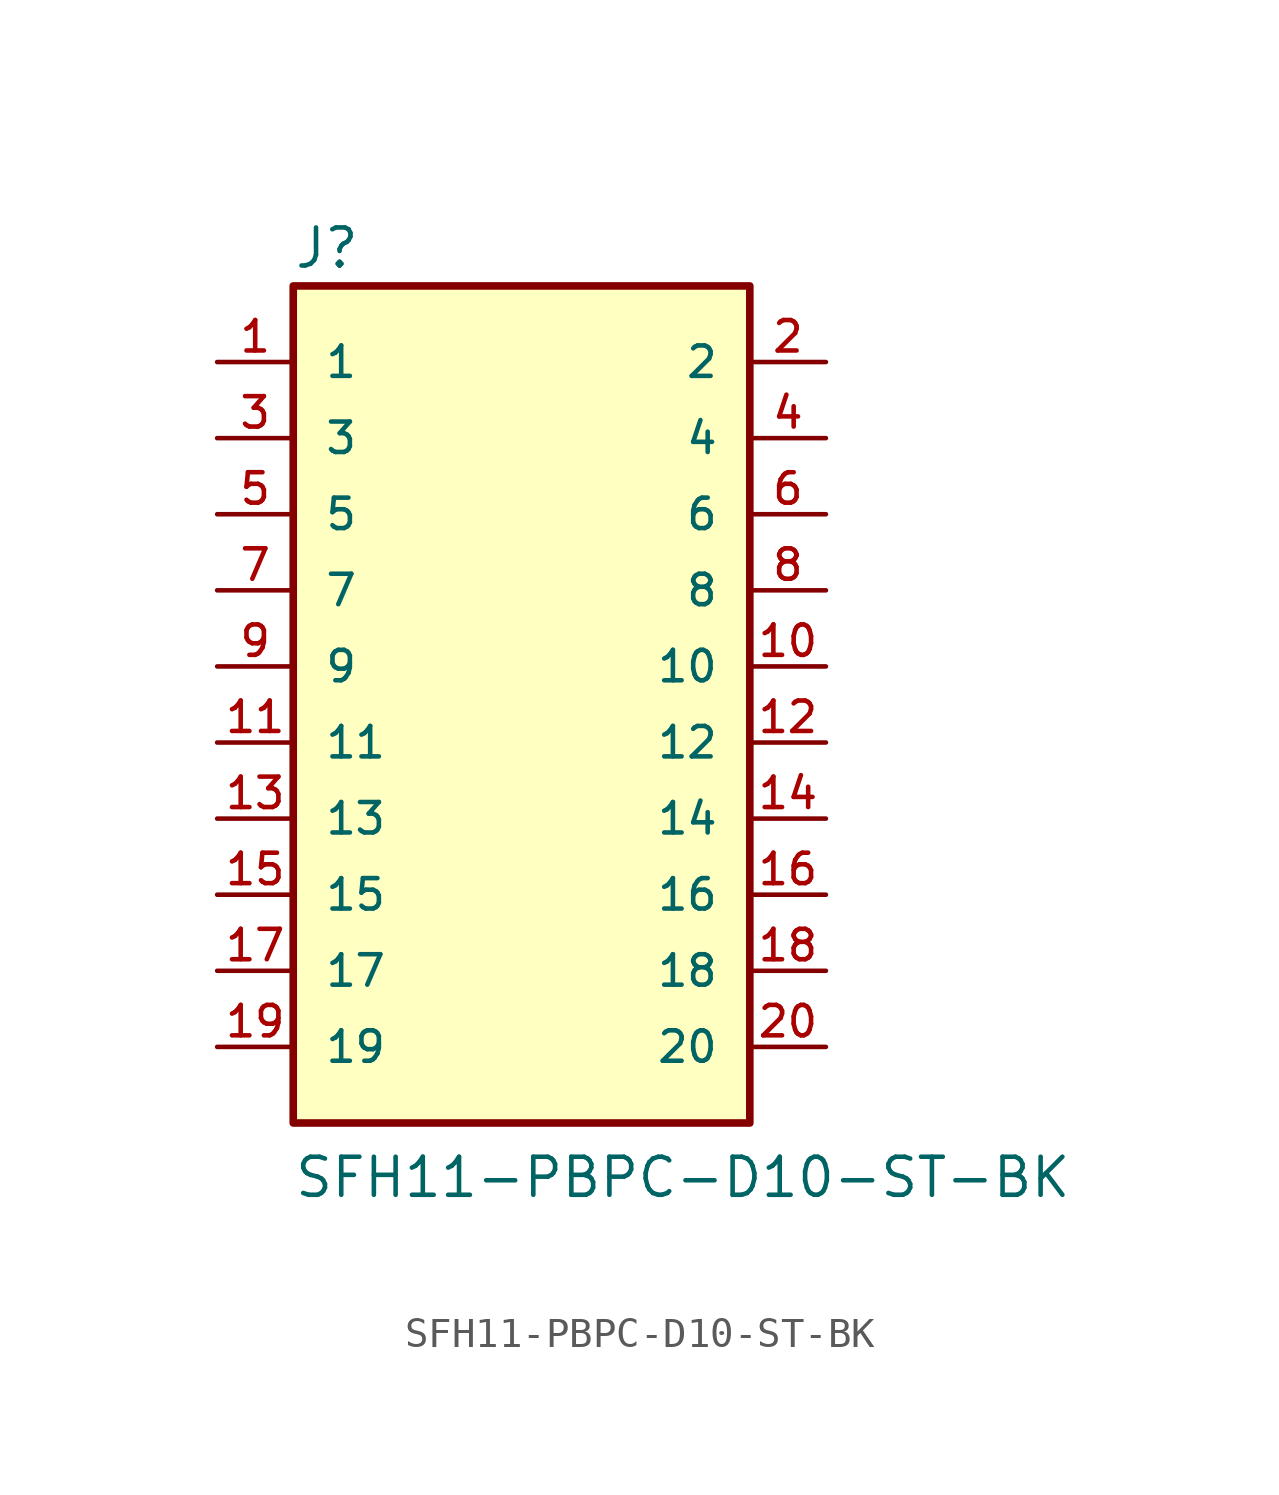
<source format=kicad_sym>
(kicad_symbol_lib
  (version 20211014)
  (generator kicad_symbol_editor)
  (symbol "SFH11-PBPC-D10-ST-BK"
    (pin_names
      (offset 1.016))
    (property "Reference" "J"
      (at -7.625 15.759 0)
      (effects (font (size 1.27 1.27)) (justify bottom left)))
    (property "Value" "SFH11-PBPC-D10-ST-BK"
      (at -7.629 -15.259 0)
      (effects (font (size 1.27 1.27)) (justify bottom left)))
    (symbol "SFH11-PBPC-D10-ST-BK_0_0"
      (rectangle (start -7.62 -12.7) (end 7.62 15.24) (stroke (width 0.254)) (fill (type background)))
      (pin passive line (at -10.16 12.7 0) (length 2.54) (name "1" (effects (font (size 1.016 1.016)))) (number "1" (effects (font (size 1.016 1.016)))))
      (pin passive line (at 10.16 12.7 180.0) (length 2.54) (name "2" (effects (font (size 1.016 1.016)))) (number "2" (effects (font (size 1.016 1.016)))))
      (pin passive line (at -10.16 10.16 0) (length 2.54) (name "3" (effects (font (size 1.016 1.016)))) (number "3" (effects (font (size 1.016 1.016)))))
      (pin passive line (at 10.16 10.16 180.0) (length 2.54) (name "4" (effects (font (size 1.016 1.016)))) (number "4" (effects (font (size 1.016 1.016)))))
      (pin passive line (at -10.16 7.62 0) (length 2.54) (name "5" (effects (font (size 1.016 1.016)))) (number "5" (effects (font (size 1.016 1.016)))))
      (pin passive line (at 10.16 7.62 180.0) (length 2.54) (name "6" (effects (font (size 1.016 1.016)))) (number "6" (effects (font (size 1.016 1.016)))))
      (pin passive line (at -10.16 5.08 0) (length 2.54) (name "7" (effects (font (size 1.016 1.016)))) (number "7" (effects (font (size 1.016 1.016)))))
      (pin passive line (at 10.16 5.08 180.0) (length 2.54) (name "8" (effects (font (size 1.016 1.016)))) (number "8" (effects (font (size 1.016 1.016)))))
      (pin passive line (at -10.16 2.54 0) (length 2.54) (name "9" (effects (font (size 1.016 1.016)))) (number "9" (effects (font (size 1.016 1.016)))))
      (pin passive line (at 10.16 2.54 180.0) (length 2.54) (name "10" (effects (font (size 1.016 1.016)))) (number "10" (effects (font (size 1.016 1.016)))))
      (pin passive line (at -10.16 0.0 0) (length 2.54) (name "11" (effects (font (size 1.016 1.016)))) (number "11" (effects (font (size 1.016 1.016)))))
      (pin passive line (at 10.16 0.0 180.0) (length 2.54) (name "12" (effects (font (size 1.016 1.016)))) (number "12" (effects (font (size 1.016 1.016)))))
      (pin passive line (at -10.16 -2.54 0) (length 2.54) (name "13" (effects (font (size 1.016 1.016)))) (number "13" (effects (font (size 1.016 1.016)))))
      (pin passive line (at 10.16 -2.54 180.0) (length 2.54) (name "14" (effects (font (size 1.016 1.016)))) (number "14" (effects (font (size 1.016 1.016)))))
      (pin passive line (at -10.16 -5.08 0) (length 2.54) (name "15" (effects (font (size 1.016 1.016)))) (number "15" (effects (font (size 1.016 1.016)))))
      (pin passive line (at 10.16 -5.08 180.0) (length 2.54) (name "16" (effects (font (size 1.016 1.016)))) (number "16" (effects (font (size 1.016 1.016)))))
      (pin passive line (at -10.16 -7.62 0) (length 2.54) (name "17" (effects (font (size 1.016 1.016)))) (number "17" (effects (font (size 1.016 1.016)))))
      (pin passive line (at 10.16 -7.62 180.0) (length 2.54) (name "18" (effects (font (size 1.016 1.016)))) (number "18" (effects (font (size 1.016 1.016)))))
      (pin passive line (at -10.16 -10.16 0) (length 2.54) (name "19" (effects (font (size 1.016 1.016)))) (number "19" (effects (font (size 1.016 1.016)))))
      (pin passive line (at 10.16 -10.16 180.0) (length 2.54) (name "20" (effects (font (size 1.016 1.016)))) (number "20" (effects (font (size 1.016 1.016))))))))
</source>
